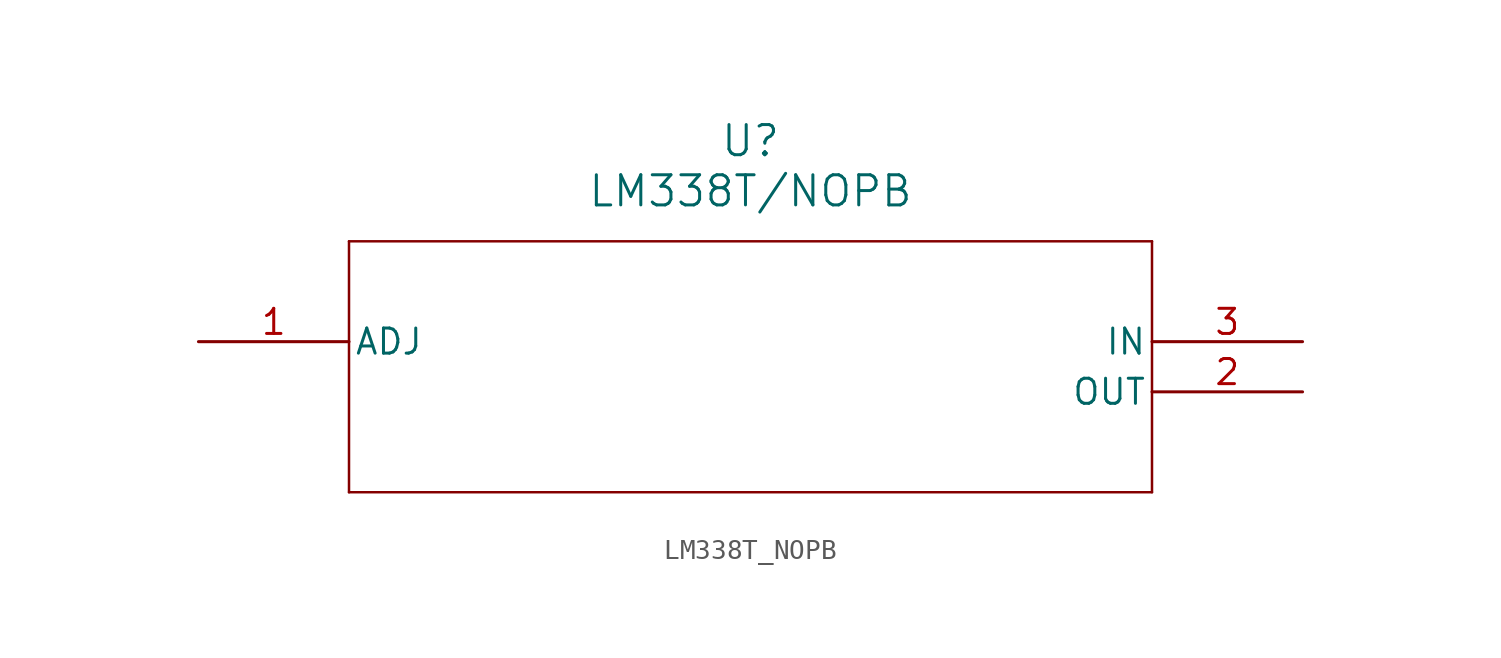
<source format=kicad_sym>
(kicad_symbol_lib
  (version 20211014)
  (generator kicad_symbol_editor)
  (symbol "LM338T_NOPB"
    (pin_names
      (offset 0.254))
    (property "Reference" "U"
      (at 27.94 10.16 0)
      (effects (font (size 1.524 1.524))))
    (property "Value" "LM338T/NOPB"
      (at 27.94 7.62 0)
      (effects (font (size 1.524 1.524))))
    (symbol "LM338T_NOPB_0_1"
      (polyline (pts (xy 7.62 5.08) (xy 7.62 -7.62)) (stroke (width 0.127) (type default) (color 0 0 0 0)) (fill (type none)))
      (polyline (pts (xy 7.62 -7.62) (xy 48.26 -7.62)) (stroke (width 0.127) (type default) (color 0 0 0 0)) (fill (type none)))
      (polyline (pts (xy 48.26 -7.62) (xy 48.26 5.08)) (stroke (width 0.127) (type default) (color 0 0 0 0)) (fill (type none)))
      (polyline (pts (xy 48.26 5.08) (xy 7.62 5.08)) (stroke (width 0.127) (type default) (color 0 0 0 0)) (fill (type none)))
      (pin input line (at 0 0 0) (length 7.62) (name "ADJ" (effects (font (size 1.27 1.27)))) (number "1" (effects (font (size 1.27 1.27)))))
      (pin power_in line (at 55.88 -2.54 180) (length 7.62) (name "OUT" (effects (font (size 1.27 1.27)))) (number "2" (effects (font (size 1.27 1.27)))))
      (pin power_in line (at 55.88 0 180) (length 7.62) (name "IN" (effects (font (size 1.27 1.27)))) (number "3" (effects (font (size 1.27 1.27))))))))
</source>
